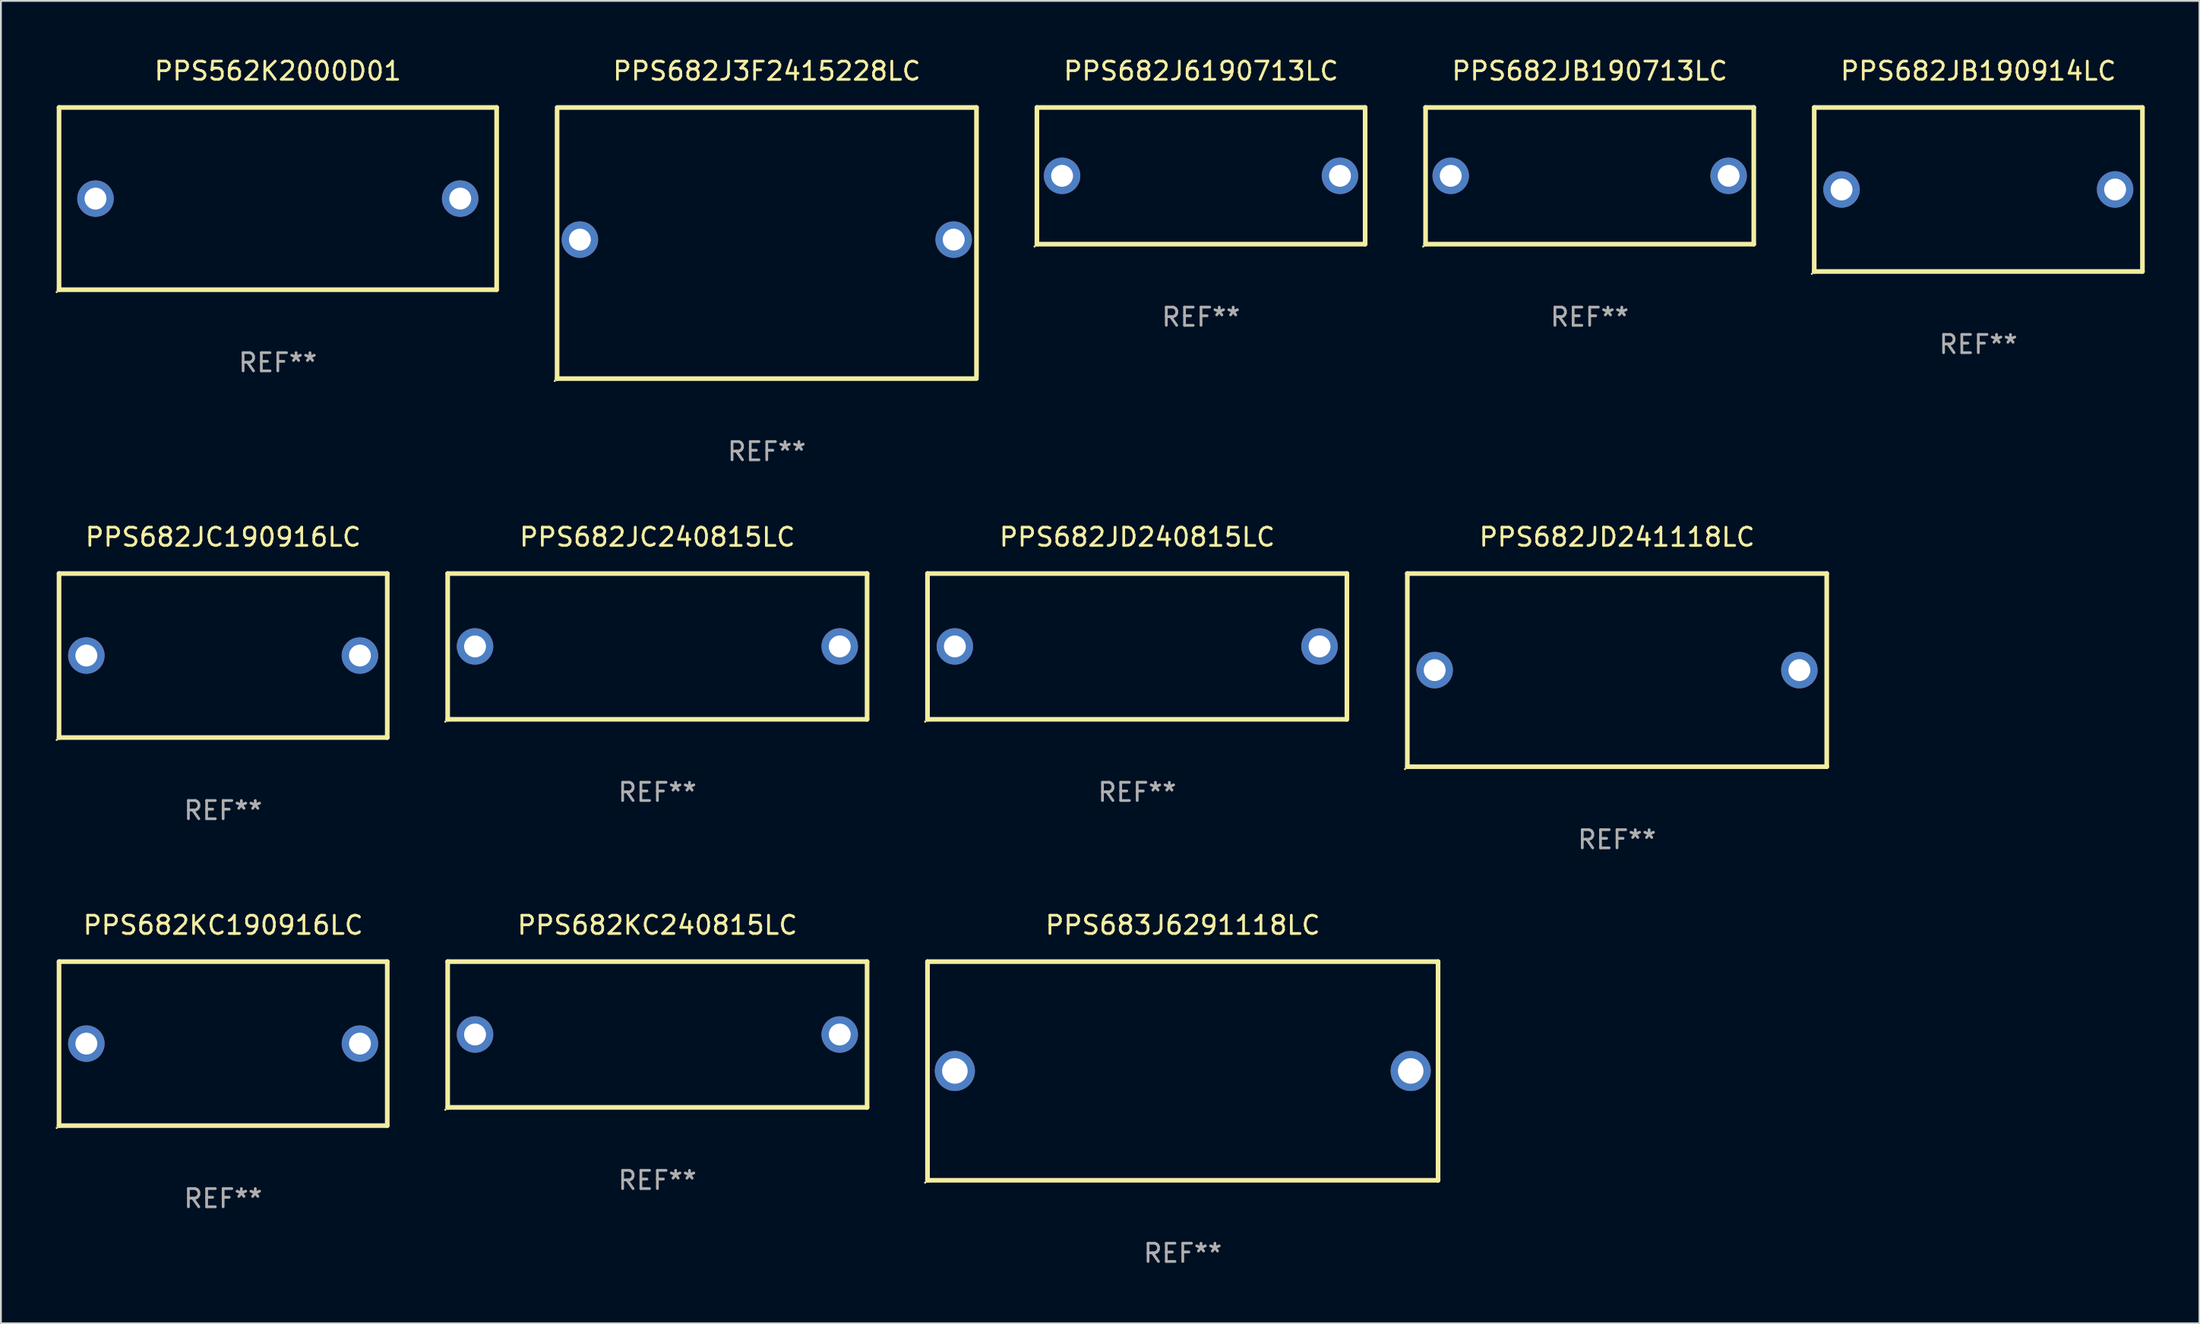
<source format=kicad_pcb>
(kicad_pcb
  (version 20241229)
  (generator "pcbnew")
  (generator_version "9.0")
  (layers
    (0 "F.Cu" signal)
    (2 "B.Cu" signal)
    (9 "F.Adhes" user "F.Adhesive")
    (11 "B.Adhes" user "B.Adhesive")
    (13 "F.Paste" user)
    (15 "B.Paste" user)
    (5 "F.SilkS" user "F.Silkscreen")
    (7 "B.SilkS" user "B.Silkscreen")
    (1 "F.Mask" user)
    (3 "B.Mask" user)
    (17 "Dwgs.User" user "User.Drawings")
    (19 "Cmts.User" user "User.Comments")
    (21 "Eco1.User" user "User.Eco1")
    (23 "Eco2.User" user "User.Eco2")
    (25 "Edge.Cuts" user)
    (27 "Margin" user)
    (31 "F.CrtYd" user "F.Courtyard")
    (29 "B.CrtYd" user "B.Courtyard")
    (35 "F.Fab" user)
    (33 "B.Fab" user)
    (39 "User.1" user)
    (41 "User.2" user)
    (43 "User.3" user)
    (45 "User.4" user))
  (footprint "PPS682JD241118LC"
    (layer "F.Cu")
    (at 85.629 33.724)
    (property "Reference" "PPS682JD241118LC" (at 0 -7.3 0) (layer "F.SilkS") (effects (font (size 1 1) (thickness 0.15))))
    (attr through_hole)
    (fp_line (start -11.5 -5.3) (end -11.5 5.3) (stroke (width 0.254) (type solid)) (layer "F.SilkS"))
    (fp_line (start -11.5 -5.3) (end 11.5 -5.3) (stroke (width 0.254) (type solid)) (layer "F.SilkS"))
    (fp_line (start -11.5 5.3) (end 11.5 5.3) (stroke (width 0.254) (type solid)) (layer "F.SilkS"))
    (fp_line (start 11.5 -5.3) (end 11.5 5.3) (stroke (width 0.254) (type solid)) (layer "F.SilkS"))
    (fp_circle (center -11.627 5.427) (end -11.597 5.427) (stroke (width 0.06) (type solid)) (fill no) (layer "F.SilkS"))
    (fp_text user "REF**" (at 0 9.3 0) (layer "F.Fab") (effects (font (size 1 1) (thickness 0.15))))
    (pad "1" thru_hole circle (at -10 0) (size 2 2) (drill 1.2) (layers "*.Cu" "*.Mask"))
    (pad "2" thru_hole circle (at 10 0) (size 2 2) (drill 1.2) (layers "*.Cu" "*.Mask")))
  (footprint "PPS682J3F2415228LC"
    (layer "F.Cu")
    (at 39.001 10.288)
    (property "Reference" "PPS682J3F2415228LC" (at 0 -9.439 0) (layer "F.SilkS") (effects (font (size 1 1) (thickness 0.15))))
    (attr through_hole)
    (fp_line (start -11.5 -7.439) (end 11.5 -7.439) (stroke (width 0.254) (type solid)) (layer "F.SilkS"))
    (fp_line (start -11.5 7.439) (end -11.5 -7.311) (stroke (width 0.254) (type solid)) (layer "F.SilkS"))
    (fp_line (start 11.5 -7.439) (end 11.5 7.311) (stroke (width 0.254) (type solid)) (layer "F.SilkS"))
    (fp_line (start 11.5 7.439) (end -11.5 7.439) (stroke (width 0.254) (type solid)) (layer "F.SilkS"))
    (fp_circle (center -11.627 7.566) (end -11.597 7.566) (stroke (width 0.06) (type solid)) (fill no) (layer "F.SilkS"))
    (fp_text user "REF**" (at 0 11.439 0) (layer "F.Fab") (effects (font (size 1 1) (thickness 0.15))))
    (pad "1" thru_hole circle (at -10.25 -0.189) (size 2 2) (drill 1.2) (layers "*.Cu" "*.Mask"))
    (pad "2" thru_hole circle (at 10.25 -0.189) (size 2 2) (drill 1.2) (layers "*.Cu" "*.Mask")))
  (footprint "PPS682JC240815LC"
    (layer "F.Cu")
    (at 33.001 32.424)
    (property "Reference" "PPS682JC240815LC" (at 0 -6 0) (layer "F.SilkS") (effects (font (size 1 1) (thickness 0.15))))
    (attr through_hole)
    (fp_line (start -11.5 -4) (end -11.5 4) (stroke (width 0.254) (type solid)) (layer "F.SilkS"))
    (fp_line (start -11.5 -4) (end 11.5 -4) (stroke (width 0.254) (type solid)) (layer "F.SilkS"))
    (fp_line (start -11.5 4) (end 11.5 4) (stroke (width 0.254) (type solid)) (layer "F.SilkS"))
    (fp_line (start 11.5 -4) (end 11.5 4) (stroke (width 0.254) (type solid)) (layer "F.SilkS"))
    (fp_circle (center -11.627 4.127) (end -11.597 4.127) (stroke (width 0.06) (type solid)) (fill no) (layer "F.SilkS"))
    (fp_text user "REF**" (at 0 8 0) (layer "F.Fab") (effects (font (size 1 1) (thickness 0.15))))
    (pad "1" thru_hole circle (at -10 0) (size 2 2) (drill 1.2) (layers "*.Cu" "*.Mask"))
    (pad "2" thru_hole circle (at 10 0) (size 2 2) (drill 1.2) (layers "*.Cu" "*.Mask")))
  (footprint "PPS682JC190916LC"
    (layer "F.Cu")
    (at 9.187 32.924)
    (property "Reference" "PPS682JC190916LC" (at 0 -6.5 0) (layer "F.SilkS") (effects (font (size 1 1) (thickness 0.15))))
    (attr through_hole)
    (fp_line (start -9 -4.5) (end -9 4.5) (stroke (width 0.254) (type solid)) (layer "F.SilkS"))
    (fp_line (start -9 -4.5) (end 9 -4.5) (stroke (width 0.254) (type solid)) (layer "F.SilkS"))
    (fp_line (start 9 4.5) (end -9 4.5) (stroke (width 0.254) (type solid)) (layer "F.SilkS"))
    (fp_line (start 9 4.5) (end 9 -4.5) (stroke (width 0.254) (type solid)) (layer "F.SilkS"))
    (fp_circle (center -9.127 4.627) (end -9.097 4.627) (stroke (width 0.06) (type solid)) (fill no) (layer "F.SilkS"))
    (fp_text user "REF**" (at 0 8.5 0) (layer "F.Fab") (effects (font (size 1 1) (thickness 0.15))))
    (pad "1" thru_hole circle (at -7.501 -0.000127) (size 2 2) (drill 1.2) (layers "*.Cu" "*.Mask"))
    (pad "2" thru_hole circle (at 7.501 -0.000127) (size 2 2) (drill 1.2) (layers "*.Cu" "*.Mask")))
  (footprint "PPS682JB190713LC"
    (layer "F.Cu")
    (at 84.129 6.598)
    (property "Reference" "PPS682JB190713LC" (at 0 -5.75 0) (layer "F.SilkS") (effects (font (size 1 1) (thickness 0.15))))
    (attr through_hole)
    (fp_line (start -9 -3.75) (end 9 -3.75) (stroke (width 0.254) (type solid)) (layer "F.SilkS"))
    (fp_line (start -9 3.75) (end -9 -3.75) (stroke (width 0.254) (type solid)) (layer "F.SilkS"))
    (fp_line (start 9 -3.75) (end 9 3.75) (stroke (width 0.254) (type solid)) (layer "F.SilkS"))
    (fp_line (start 9 3.75) (end -9 3.75) (stroke (width 0.254) (type solid)) (layer "F.SilkS"))
    (fp_circle (center -9.127 3.877) (end -9.097 3.877) (stroke (width 0.06) (type solid)) (fill no) (layer "F.SilkS"))
    (fp_text user "REF**" (at 0 7.75 0) (layer "F.Fab") (effects (font (size 1 1) (thickness 0.15))))
    (pad "1" thru_hole circle (at -7.62 0) (size 2 2) (drill 1.2) (layers "*.Cu" "*.Mask"))
    (pad "2" thru_hole circle (at 7.62 0) (size 2 2) (drill 1.2) (layers "*.Cu" "*.Mask")))
  (footprint "PPS562K2000D01"
    (layer "F.Cu")
    (at 12.187 7.848)
    (property "Reference" "PPS562K2000D01" (at 0 -7 0) (layer "F.SilkS") (effects (font (size 1 1) (thickness 0.15))))
    (attr through_hole)
    (fp_line (start -12 -5) (end -12 5) (stroke (width 0.254) (type solid)) (layer "F.SilkS"))
    (fp_line (start -12 -5) (end 12 -5) (stroke (width 0.254) (type solid)) (layer "F.SilkS"))
    (fp_line (start -12 5) (end 12 5) (stroke (width 0.254) (type solid)) (layer "F.SilkS"))
    (fp_line (start 12 -5) (end 12 5) (stroke (width 0.254) (type solid)) (layer "F.SilkS"))
    (fp_circle (center -12.127 5.127) (end -12.097 5.127) (stroke (width 0.06) (type solid)) (fill no) (layer "F.SilkS"))
    (fp_text user "REF**" (at 0 9 0) (layer "F.Fab") (effects (font (size 1 1) (thickness 0.15))))
    (pad "1" thru_hole circle (at -10 0.000267) (size 2 2) (drill 1.2) (layers "*.Cu" "*.Mask"))
    (pad "2" thru_hole circle (at 10 0.000267) (size 2 2) (drill 1.2) (layers "*.Cu" "*.Mask")))
  (footprint "PPS682J6190713LC"
    (layer "F.Cu")
    (at 62.815 6.598)
    (property "Reference" "PPS682J6190713LC" (at 0 -5.75 0) (layer "F.SilkS") (effects (font (size 1 1) (thickness 0.15))))
    (attr through_hole)
    (fp_line (start -9 -3.75) (end 9 -3.75) (stroke (width 0.254) (type solid)) (layer "F.SilkS"))
    (fp_line (start -9 3.75) (end -9 -3.75) (stroke (width 0.254) (type solid)) (layer "F.SilkS"))
    (fp_line (start 9 -3.75) (end 9 3.75) (stroke (width 0.254) (type solid)) (layer "F.SilkS"))
    (fp_line (start 9 3.75) (end -9 3.75) (stroke (width 0.254) (type solid)) (layer "F.SilkS"))
    (fp_circle (center -9.127 3.877) (end -9.097 3.877) (stroke (width 0.06) (type solid)) (fill no) (layer "F.SilkS"))
    (fp_text user "REF**" (at 0 7.75 0) (layer "F.Fab") (effects (font (size 1 1) (thickness 0.15))))
    (pad "1" thru_hole circle (at -7.62 0) (size 2 2) (drill 1.2) (layers "*.Cu" "*.Mask"))
    (pad "2" thru_hole circle (at 7.62 0) (size 2 2) (drill 1.2) (layers "*.Cu" "*.Mask")))
  (footprint "PPS683J6291118LC"
    (layer "F.Cu")
    (at 61.815 55.72)
    (property "Reference" "PPS683J6291118LC" (at 0 -8 0) (layer "F.SilkS") (effects (font (size 1 1) (thickness 0.15))))
    (attr through_hole)
    (fp_line (start -14 -6) (end 14 -6) (stroke (width 0.254) (type solid)) (layer "F.SilkS"))
    (fp_line (start -14 6) (end -14 -6) (stroke (width 0.254) (type solid)) (layer "F.SilkS"))
    (fp_line (start 14 -6) (end 14 6) (stroke (width 0.254) (type solid)) (layer "F.SilkS"))
    (fp_line (start 14 6) (end -14 6) (stroke (width 0.254) (type solid)) (layer "F.SilkS"))
    (fp_circle (center -14.127 6.127) (end -14.097 6.127) (stroke (width 0.06) (type solid)) (fill no) (layer "F.SilkS"))
    (fp_text user "REF**" (at 0 10 0) (layer "F.Fab") (effects (font (size 1 1) (thickness 0.15))))
    (pad "1" thru_hole circle (at -12.499 0) (size 2.2 2.2) (drill 1.4) (layers "*.Cu" "*.Mask"))
    (pad "2" thru_hole circle (at 12.499 0) (size 2.2 2.2) (drill 1.4) (layers "*.Cu" "*.Mask")))
  (footprint "PPS682KC190916LC"
    (layer "F.Cu")
    (at 9.187 54.22)
    (property "Reference" "PPS682KC190916LC" (at 0 -6.5 0) (layer "F.SilkS") (effects (font (size 1 1) (thickness 0.15))))
    (attr through_hole)
    (fp_line (start -9 -4.5) (end -9 4.5) (stroke (width 0.254) (type solid)) (layer "F.SilkS"))
    (fp_line (start -9 -4.5) (end 9 -4.5) (stroke (width 0.254) (type solid)) (layer "F.SilkS"))
    (fp_line (start 9 4.5) (end -9 4.5) (stroke (width 0.254) (type solid)) (layer "F.SilkS"))
    (fp_line (start 9 4.5) (end 9 -4.5) (stroke (width 0.254) (type solid)) (layer "F.SilkS"))
    (fp_circle (center -9.127 4.627) (end -9.097 4.627) (stroke (width 0.06) (type solid)) (fill no) (layer "F.SilkS"))
    (fp_text user "REF**" (at 0 8.5 0) (layer "F.Fab") (effects (font (size 1 1) (thickness 0.15))))
    (pad "1" thru_hole circle (at -7.501 -0.000127) (size 2 2) (drill 1.2) (layers "*.Cu" "*.Mask"))
    (pad "2" thru_hole circle (at 7.501 -0.000127) (size 2 2) (drill 1.2) (layers "*.Cu" "*.Mask")))
  (footprint "PPS682KC240815LC"
    (layer "F.Cu")
    (at 33.001 53.72)
    (property "Reference" "PPS682KC240815LC" (at 0 -6 0) (layer "F.SilkS") (effects (font (size 1 1) (thickness 0.15))))
    (attr through_hole)
    (fp_line (start -11.5 -4) (end -11.5 4) (stroke (width 0.254) (type solid)) (layer "F.SilkS"))
    (fp_line (start -11.5 -4) (end 11.5 -4) (stroke (width 0.254) (type solid)) (layer "F.SilkS"))
    (fp_line (start -11.5 4) (end 11.5 4) (stroke (width 0.254) (type solid)) (layer "F.SilkS"))
    (fp_line (start 11.5 -4) (end 11.5 4) (stroke (width 0.254) (type solid)) (layer "F.SilkS"))
    (fp_circle (center -11.627 4.127) (end -11.597 4.127) (stroke (width 0.06) (type solid)) (fill no) (layer "F.SilkS"))
    (fp_text user "REF**" (at 0 8 0) (layer "F.Fab") (effects (font (size 1 1) (thickness 0.15))))
    (pad "1" thru_hole circle (at -10 0) (size 2 2) (drill 1.2) (layers "*.Cu" "*.Mask"))
    (pad "2" thru_hole circle (at 10 0) (size 2 2) (drill 1.2) (layers "*.Cu" "*.Mask")))
  (footprint "PPS682JD240815LC"
    (layer "F.Cu")
    (at 59.315 32.424)
    (property "Reference" "PPS682JD240815LC" (at 0 -6 0) (layer "F.SilkS") (effects (font (size 1 1) (thickness 0.15))))
    (attr through_hole)
    (fp_line (start -11.5 -4) (end -11.5 4) (stroke (width 0.254) (type solid)) (layer "F.SilkS"))
    (fp_line (start -11.5 -4) (end 11.5 -4) (stroke (width 0.254) (type solid)) (layer "F.SilkS"))
    (fp_line (start -11.5 4) (end 11.5 4) (stroke (width 0.254) (type solid)) (layer "F.SilkS"))
    (fp_line (start 11.5 -4) (end 11.5 4) (stroke (width 0.254) (type solid)) (layer "F.SilkS"))
    (fp_circle (center -11.627 4.127) (end -11.597 4.127) (stroke (width 0.06) (type solid)) (fill no) (layer "F.SilkS"))
    (fp_text user "REF**" (at 0 8 0) (layer "F.Fab") (effects (font (size 1 1) (thickness 0.15))))
    (pad "1" thru_hole circle (at -10 0) (size 2 2) (drill 1.2) (layers "*.Cu" "*.Mask"))
    (pad "2" thru_hole circle (at 10 0) (size 2 2) (drill 1.2) (layers "*.Cu" "*.Mask")))
  (footprint "PPS682JB190914LC"
    (layer "F.Cu")
    (at 105.443 7.348)
    (property "Reference" "PPS682JB190914LC" (at 0 -6.5 0) (layer "F.SilkS") (effects (font (size 1 1) (thickness 0.15))))
    (attr through_hole)
    (fp_line (start -9 -4.5) (end -9 4.5) (stroke (width 0.254) (type solid)) (layer "F.SilkS"))
    (fp_line (start -9 -4.5) (end 9 -4.5) (stroke (width 0.254) (type solid)) (layer "F.SilkS"))
    (fp_line (start 9 4.5) (end -9 4.5) (stroke (width 0.254) (type solid)) (layer "F.SilkS"))
    (fp_line (start 9 4.5) (end 9 -4.5) (stroke (width 0.254) (type solid)) (layer "F.SilkS"))
    (fp_circle (center -9.127 4.627) (end -9.097 4.627) (stroke (width 0.06) (type solid)) (fill no) (layer "F.SilkS"))
    (fp_text user "REF**" (at 0 8.5 0) (layer "F.Fab") (effects (font (size 1 1) (thickness 0.15))))
    (pad "1" thru_hole circle (at -7.501 -0.000127) (size 2 2) (drill 1.2) (layers "*.Cu" "*.Mask"))
    (pad "2" thru_hole circle (at 7.501 -0.000127) (size 2 2) (drill 1.2) (layers "*.Cu" "*.Mask")))
  (gr_rect
    (start -3 -3)
    (end 117.57 69.568)
    (stroke (width 0.1) (type default))
    (fill no)
    (layer "Edge.Cuts")))
</source>
